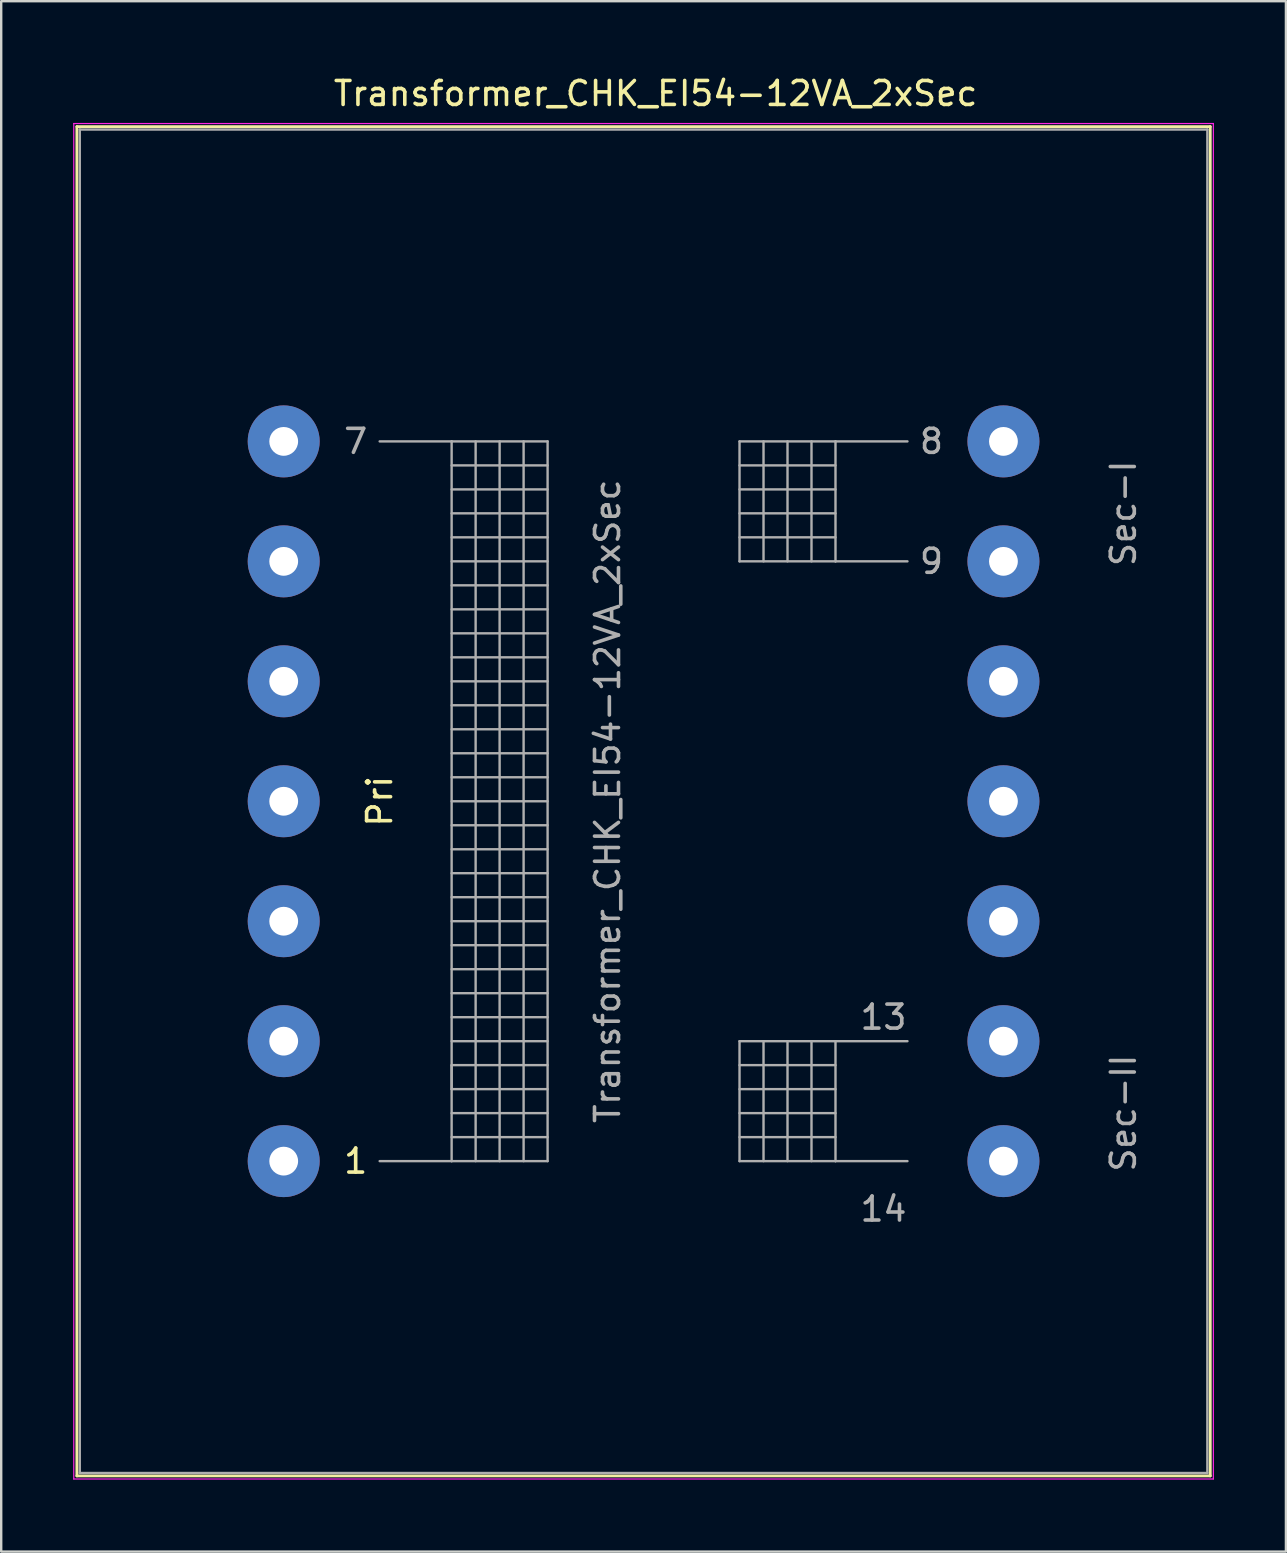
<source format=kicad_pcb>
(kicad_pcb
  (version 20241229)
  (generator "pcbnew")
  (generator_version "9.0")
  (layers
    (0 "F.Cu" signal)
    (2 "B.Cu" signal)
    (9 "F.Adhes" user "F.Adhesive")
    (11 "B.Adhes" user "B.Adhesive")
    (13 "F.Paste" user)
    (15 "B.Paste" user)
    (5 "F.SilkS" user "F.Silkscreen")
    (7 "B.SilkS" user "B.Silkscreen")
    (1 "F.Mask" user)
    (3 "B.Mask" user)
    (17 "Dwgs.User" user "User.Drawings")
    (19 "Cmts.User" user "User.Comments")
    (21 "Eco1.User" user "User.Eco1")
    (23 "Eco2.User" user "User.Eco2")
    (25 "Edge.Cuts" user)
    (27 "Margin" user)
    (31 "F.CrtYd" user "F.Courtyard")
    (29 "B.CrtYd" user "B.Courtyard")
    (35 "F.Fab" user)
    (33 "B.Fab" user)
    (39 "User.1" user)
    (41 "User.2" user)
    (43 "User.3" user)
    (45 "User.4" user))
  (footprint "Transformer_CHK_EI54-12VA_2xSec"
    (layer "F.Cu")
    (at 8.775 45.348)
    (property "Reference" "Transformer_CHK_EI54-12VA_2xSec" (at 15.5 -44.5 0) (layer "F.SilkS") (effects (font (size 1 1) (thickness 0.15))))
    (attr through_hole)
    (fp_line (start -8.62 -43.12) (end -8.62 13.12) (stroke (width 0.12) (type solid)) (layer "F.SilkS"))
    (fp_line (start -8.62 -43.12) (end 38.62 -43.12) (stroke (width 0.12) (type solid)) (layer "F.SilkS"))
    (fp_line (start 38.62 13.12) (end -8.62 13.12) (stroke (width 0.12) (type solid)) (layer "F.SilkS"))
    (fp_line (start 38.62 13.12) (end 38.62 -43.12) (stroke (width 0.12) (type solid)) (layer "F.SilkS"))
    (fp_line (start -8.75 -43.25) (end -8.75 13.25) (stroke (width 0.05) (type solid)) (layer "F.CrtYd"))
    (fp_line (start -8.75 -43.25) (end 38.75 -43.25) (stroke (width 0.05) (type solid)) (layer "F.CrtYd"))
    (fp_line (start 38.75 13.25) (end -8.75 13.25) (stroke (width 0.05) (type solid)) (layer "F.CrtYd"))
    (fp_line (start 38.75 13.25) (end 38.75 -43.25) (stroke (width 0.05) (type solid)) (layer "F.CrtYd"))
    (fp_line (start -8.5 -43) (end -8.5 13) (stroke (width 0.1) (type solid)) (layer "F.Fab"))
    (fp_line (start -8.5 13) (end 38.5 13) (stroke (width 0.1) (type solid)) (layer "F.Fab"))
    (fp_line (start 4 -30) (end 7 -30) (stroke (width 0.1) (type solid)) (layer "F.Fab"))
    (fp_line (start 7 -30) (end 7 0) (stroke (width 0.1) (type solid)) (layer "F.Fab"))
    (fp_line (start 7 -30) (end 11 -30) (stroke (width 0.1) (type solid)) (layer "F.Fab"))
    (fp_line (start 7 -29) (end 11 -29) (stroke (width 0.1) (type solid)) (layer "F.Fab"))
    (fp_line (start 7 -27) (end 11 -27) (stroke (width 0.1) (type solid)) (layer "F.Fab"))
    (fp_line (start 7 -25) (end 11 -25) (stroke (width 0.1) (type solid)) (layer "F.Fab"))
    (fp_line (start 7 -23) (end 11 -23) (stroke (width 0.1) (type solid)) (layer "F.Fab"))
    (fp_line (start 7 -21) (end 11 -21) (stroke (width 0.1) (type solid)) (layer "F.Fab"))
    (fp_line (start 7 -19) (end 11 -19) (stroke (width 0.1) (type solid)) (layer "F.Fab"))
    (fp_line (start 7 -17) (end 11 -17) (stroke (width 0.1) (type solid)) (layer "F.Fab"))
    (fp_line (start 7 -15) (end 11 -15) (stroke (width 0.1) (type solid)) (layer "F.Fab"))
    (fp_line (start 7 -13) (end 11 -13) (stroke (width 0.1) (type solid)) (layer "F.Fab"))
    (fp_line (start 7 -11) (end 11 -11) (stroke (width 0.1) (type solid)) (layer "F.Fab"))
    (fp_line (start 7 -9) (end 11 -9) (stroke (width 0.1) (type solid)) (layer "F.Fab"))
    (fp_line (start 7 -7) (end 11 -7) (stroke (width 0.1) (type solid)) (layer "F.Fab"))
    (fp_line (start 7 -5) (end 11 -5) (stroke (width 0.1) (type solid)) (layer "F.Fab"))
    (fp_line (start 7 -4) (end 7 -3) (stroke (width 0.1) (type solid)) (layer "F.Fab"))
    (fp_line (start 7 -3) (end 11 -3) (stroke (width 0.1) (type solid)) (layer "F.Fab"))
    (fp_line (start 7 -1) (end 11 -1) (stroke (width 0.1) (type solid)) (layer "F.Fab"))
    (fp_line (start 7 0) (end 4 0) (stroke (width 0.1) (type solid)) (layer "F.Fab"))
    (fp_line (start 8 -30) (end 8 0) (stroke (width 0.1) (type solid)) (layer "F.Fab"))
    (fp_line (start 9 -30) (end 9 0) (stroke (width 0.1) (type solid)) (layer "F.Fab"))
    (fp_line (start 10 -12) (end 7 -12) (stroke (width 0.1) (type solid)) (layer "F.Fab"))
    (fp_line (start 10 -12) (end 11 -12) (stroke (width 0.1) (type solid)) (layer "F.Fab"))
    (fp_line (start 10 0) (end 10 -30) (stroke (width 0.1) (type solid)) (layer "F.Fab"))
    (fp_line (start 11 -30) (end 11 0) (stroke (width 0.1) (type solid)) (layer "F.Fab"))
    (fp_line (start 11 -28) (end 7 -28) (stroke (width 0.1) (type solid)) (layer "F.Fab"))
    (fp_line (start 11 -26) (end 7 -26) (stroke (width 0.1) (type solid)) (layer "F.Fab"))
    (fp_line (start 11 -24) (end 7 -24) (stroke (width 0.1) (type solid)) (layer "F.Fab"))
    (fp_line (start 11 -22) (end 7 -22) (stroke (width 0.1) (type solid)) (layer "F.Fab"))
    (fp_line (start 11 -20) (end 7 -20) (stroke (width 0.1) (type solid)) (layer "F.Fab"))
    (fp_line (start 11 -18) (end 7 -18) (stroke (width 0.1) (type solid)) (layer "F.Fab"))
    (fp_line (start 11 -16) (end 7 -16) (stroke (width 0.1) (type solid)) (layer "F.Fab"))
    (fp_line (start 11 -14) (end 7 -14) (stroke (width 0.1) (type solid)) (layer "F.Fab"))
    (fp_line (start 11 -10) (end 7 -10) (stroke (width 0.1) (type solid)) (layer "F.Fab"))
    (fp_line (start 11 -8) (end 7 -8) (stroke (width 0.1) (type solid)) (layer "F.Fab"))
    (fp_line (start 11 -6) (end 7 -6) (stroke (width 0.1) (type solid)) (layer "F.Fab"))
    (fp_line (start 11 -4) (end 7 -4) (stroke (width 0.1) (type solid)) (layer "F.Fab"))
    (fp_line (start 11 -2) (end 7 -2) (stroke (width 0.1) (type solid)) (layer "F.Fab"))
    (fp_line (start 11 0) (end 7 0) (stroke (width 0.1) (type solid)) (layer "F.Fab"))
    (fp_line (start 19 -30) (end 19 -25) (stroke (width 0.1) (type solid)) (layer "F.Fab"))
    (fp_line (start 19 -29) (end 23 -29) (stroke (width 0.1) (type solid)) (layer "F.Fab"))
    (fp_line (start 19 -27) (end 23 -27) (stroke (width 0.1) (type solid)) (layer "F.Fab"))
    (fp_line (start 19 -25) (end 23 -25) (stroke (width 0.1) (type solid)) (layer "F.Fab"))
    (fp_line (start 19 -5) (end 19 0) (stroke (width 0.1) (type solid)) (layer "F.Fab"))
    (fp_line (start 19 -4) (end 23 -4) (stroke (width 0.1) (type solid)) (layer "F.Fab"))
    (fp_line (start 19 -2) (end 23 -2) (stroke (width 0.1) (type solid)) (layer "F.Fab"))
    (fp_line (start 19 0) (end 23 0) (stroke (width 0.1) (type solid)) (layer "F.Fab"))
    (fp_line (start 20 -30) (end 20 -25) (stroke (width 0.1) (type solid)) (layer "F.Fab"))
    (fp_line (start 20 -5) (end 20 0) (stroke (width 0.1) (type solid)) (layer "F.Fab"))
    (fp_line (start 21 -30) (end 21 -25) (stroke (width 0.1) (type solid)) (layer "F.Fab"))
    (fp_line (start 21 -5) (end 21 0) (stroke (width 0.1) (type solid)) (layer "F.Fab"))
    (fp_line (start 22 -30) (end 22 -25) (stroke (width 0.1) (type solid)) (layer "F.Fab"))
    (fp_line (start 22 -5) (end 22 0) (stroke (width 0.1) (type solid)) (layer "F.Fab"))
    (fp_line (start 23 -30) (end 19 -30) (stroke (width 0.1) (type solid)) (layer "F.Fab"))
    (fp_line (start 23 -30) (end 23 -25) (stroke (width 0.1) (type solid)) (layer "F.Fab"))
    (fp_line (start 23 -28) (end 19 -28) (stroke (width 0.1) (type solid)) (layer "F.Fab"))
    (fp_line (start 23 -26) (end 19 -26) (stroke (width 0.1) (type solid)) (layer "F.Fab"))
    (fp_line (start 23 -25) (end 26 -25) (stroke (width 0.1) (type solid)) (layer "F.Fab"))
    (fp_line (start 23 -5) (end 19 -5) (stroke (width 0.1) (type solid)) (layer "F.Fab"))
    (fp_line (start 23 -5) (end 23 0) (stroke (width 0.1) (type solid)) (layer "F.Fab"))
    (fp_line (start 23 -3) (end 19 -3) (stroke (width 0.1) (type solid)) (layer "F.Fab"))
    (fp_line (start 23 -1) (end 19 -1) (stroke (width 0.1) (type solid)) (layer "F.Fab"))
    (fp_line (start 23 0) (end 26 0) (stroke (width 0.1) (type solid)) (layer "F.Fab"))
    (fp_line (start 26 -30) (end 23 -30) (stroke (width 0.1) (type solid)) (layer "F.Fab"))
    (fp_line (start 26 -5) (end 23 -5) (stroke (width 0.1) (type solid)) (layer "F.Fab"))
    (fp_line (start 38.5 -43) (end -8.5 -43) (stroke (width 0.1) (type solid)) (layer "F.Fab"))
    (fp_line (start 38.5 13) (end 38.5 -43) (stroke (width 0.1) (type solid)) (layer "F.Fab"))
    (fp_text user "Pri" (at 4 -15 90) (layer "F.SilkS") (effects (font (size 1 1) (thickness 0.15))))
    (fp_text user "1" (at 3 0 0) (layer "F.SilkS") (effects (font (size 1 1) (thickness 0.15))))
    (fp_text user "14" (at 25 2 0) (layer "F.Fab") (effects (font (size 1 1) (thickness 0.15))))
    (fp_text user "${REFERENCE}" (at 13.5 -15 90) (layer "F.Fab") (effects (font (size 1 1) (thickness 0.15))))
    (fp_text user "Sec-I" (at 35 -27 90) (layer "F.Fab") (effects (font (size 1 1) (thickness 0.15))))
    (fp_text user "7" (at 3 -30 0) (layer "F.Fab") (effects (font (size 1 1) (thickness 0.15))))
    (fp_text user "13" (at 25 -6 0) (layer "F.Fab") (effects (font (size 1 1) (thickness 0.15))))
    (fp_text user "Sec-II" (at 35 -2 90) (layer "F.Fab") (effects (font (size 1 1) (thickness 0.15))))
    (fp_text user "9" (at 27 -25 0) (layer "F.Fab") (effects (font (size 1 1) (thickness 0.15))))
    (fp_text user "8" (at 27 -30 0) (layer "F.Fab") (effects (font (size 1 1) (thickness 0.15))))
    (pad "1" thru_hole circle (at 0 0) (size 3 3) (drill 1.2) (layers "*.Cu" "*.Mask"))
    (pad "2" thru_hole circle (at 0 -5) (size 3 3) (drill 1.2) (layers "*.Cu" "*.Mask"))
    (pad "3" thru_hole circle (at 0 -10) (size 3 3) (drill 1.2) (layers "*.Cu" "*.Mask"))
    (pad "4" thru_hole circle (at 0 -15) (size 3 3) (drill 1.2) (layers "*.Cu" "*.Mask"))
    (pad "5" thru_hole circle (at 0 -20) (size 3 3) (drill 1.2) (layers "*.Cu" "*.Mask"))
    (pad "6" thru_hole circle (at 0 -25) (size 3 3) (drill 1.2) (layers "*.Cu" "*.Mask"))
    (pad "7" thru_hole circle (at 0 -30) (size 3 3) (drill 1.2) (layers "*.Cu" "*.Mask"))
    (pad "8" thru_hole circle (at 30 -30) (size 3 3) (drill 1.2) (layers "*.Cu" "*.Mask"))
    (pad "9" thru_hole circle (at 30 -25) (size 3 3) (drill 1.2) (layers "*.Cu" "*.Mask"))
    (pad "10" thru_hole circle (at 30 -20) (size 3 3) (drill 1.2) (layers "*.Cu" "*.Mask"))
    (pad "11" thru_hole circle (at 30 -15) (size 3 3) (drill 1.2) (layers "*.Cu" "*.Mask"))
    (pad "12" thru_hole circle (at 30 -10) (size 3 3) (drill 1.2) (layers "*.Cu" "*.Mask"))
    (pad "13" thru_hole circle (at 30 -5) (size 3 3) (drill 1.2) (layers "*.Cu" "*.Mask"))
    (pad "14" thru_hole circle (at 30 0) (size 3 3) (drill 1.2) (layers "*.Cu" "*.Mask")))
  (gr_rect
    (start -3 -3)
    (end 50.55 61.623)
    (stroke (width 0.1) (type default))
    (fill no)
    (layer "Edge.Cuts")))
</source>
